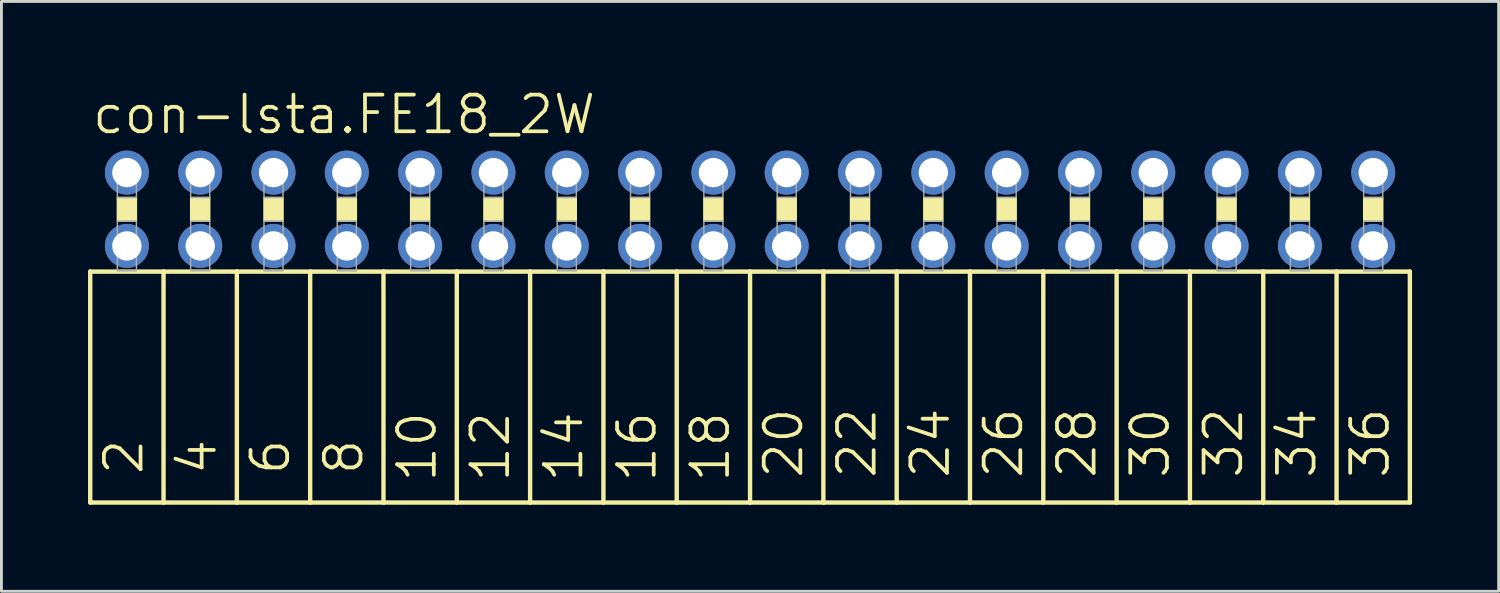
<source format=kicad_pcb>
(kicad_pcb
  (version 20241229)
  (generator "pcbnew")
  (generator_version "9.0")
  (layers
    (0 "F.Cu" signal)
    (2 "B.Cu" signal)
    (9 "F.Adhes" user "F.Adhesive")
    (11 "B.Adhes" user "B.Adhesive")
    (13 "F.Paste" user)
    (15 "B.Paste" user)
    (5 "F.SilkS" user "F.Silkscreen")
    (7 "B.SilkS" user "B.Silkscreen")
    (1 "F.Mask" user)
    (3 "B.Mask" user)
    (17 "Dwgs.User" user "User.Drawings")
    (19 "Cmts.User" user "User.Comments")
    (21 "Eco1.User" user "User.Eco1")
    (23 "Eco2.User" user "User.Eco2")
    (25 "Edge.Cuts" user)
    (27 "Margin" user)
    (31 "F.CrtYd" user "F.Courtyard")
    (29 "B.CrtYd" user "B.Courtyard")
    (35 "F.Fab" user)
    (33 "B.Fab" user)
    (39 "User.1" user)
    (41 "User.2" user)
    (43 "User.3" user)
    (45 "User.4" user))
  (footprint "con-lsta.FE18_2W"
    (layer "F.Cu")
    (at 22.936 4.2)
    (property "Reference" "con-lsta.FE18_2W" (at -22.86 -2.54 0) (layer "F.SilkS") (effects (font (size 1.27 1.27) (thickness 0.13)) (justify left bottom)))
    (attr through_hole)
    (fp_line (start -22.86 2.159) (end -22.86 10.16) (stroke (width 0.152) (type default)) (layer "F.SilkS"))
    (fp_line (start -22.86 2.159) (end -20.32 2.159) (stroke (width 0.152) (type default)) (layer "F.SilkS"))
    (fp_line (start -20.32 2.159) (end -20.32 10.16) (stroke (width 0.152) (type default)) (layer "F.SilkS"))
    (fp_line (start -20.32 2.159) (end -17.78 2.159) (stroke (width 0.152) (type default)) (layer "F.SilkS"))
    (fp_line (start -20.32 10.16) (end -22.86 10.16) (stroke (width 0.152) (type default)) (layer "F.SilkS"))
    (fp_line (start -17.78 2.159) (end -17.78 10.16) (stroke (width 0.152) (type default)) (layer "F.SilkS"))
    (fp_line (start -17.78 2.159) (end -15.24 2.159) (stroke (width 0.152) (type default)) (layer "F.SilkS"))
    (fp_line (start -17.78 10.16) (end -20.32 10.16) (stroke (width 0.152) (type default)) (layer "F.SilkS"))
    (fp_line (start -15.24 2.159) (end -15.24 10.16) (stroke (width 0.152) (type default)) (layer "F.SilkS"))
    (fp_line (start -15.24 10.16) (end -17.78 10.16) (stroke (width 0.152) (type default)) (layer "F.SilkS"))
    (fp_line (start -12.7 2.159) (end -15.24 2.159) (stroke (width 0.152) (type default)) (layer "F.SilkS"))
    (fp_line (start -12.7 2.159) (end -12.7 10.16) (stroke (width 0.152) (type default)) (layer "F.SilkS"))
    (fp_line (start -12.7 2.159) (end -10.16 2.159) (stroke (width 0.152) (type default)) (layer "F.SilkS"))
    (fp_line (start -12.7 10.16) (end -15.24 10.16) (stroke (width 0.152) (type default)) (layer "F.SilkS"))
    (fp_line (start -10.16 2.159) (end -10.16 10.16) (stroke (width 0.152) (type default)) (layer "F.SilkS"))
    (fp_line (start -10.16 2.159) (end -7.62 2.159) (stroke (width 0.152) (type default)) (layer "F.SilkS"))
    (fp_line (start -10.16 10.16) (end -12.7 10.16) (stroke (width 0.152) (type default)) (layer "F.SilkS"))
    (fp_line (start -7.62 2.159) (end -7.62 10.16) (stroke (width 0.152) (type default)) (layer "F.SilkS"))
    (fp_line (start -7.62 2.159) (end -5.08 2.159) (stroke (width 0.152) (type default)) (layer "F.SilkS"))
    (fp_line (start -7.62 10.16) (end -10.16 10.16) (stroke (width 0.152) (type default)) (layer "F.SilkS"))
    (fp_line (start -5.08 2.159) (end -5.08 10.16) (stroke (width 0.152) (type default)) (layer "F.SilkS"))
    (fp_line (start -5.08 2.159) (end -2.54 2.159) (stroke (width 0.152) (type default)) (layer "F.SilkS"))
    (fp_line (start -5.08 10.16) (end -7.62 10.16) (stroke (width 0.152) (type default)) (layer "F.SilkS"))
    (fp_line (start -2.54 2.159) (end -2.54 10.16) (stroke (width 0.152) (type default)) (layer "F.SilkS"))
    (fp_line (start -2.54 10.16) (end -5.08 10.16) (stroke (width 0.152) (type default)) (layer "F.SilkS"))
    (fp_line (start 0 2.159) (end -2.54 2.159) (stroke (width 0.152) (type default)) (layer "F.SilkS"))
    (fp_line (start 0 2.159) (end 0 10.16) (stroke (width 0.152) (type default)) (layer "F.SilkS"))
    (fp_line (start 0 2.159) (end 2.54 2.159) (stroke (width 0.152) (type default)) (layer "F.SilkS"))
    (fp_line (start 0 10.16) (end -2.54 10.16) (stroke (width 0.152) (type default)) (layer "F.SilkS"))
    (fp_line (start 2.54 2.159) (end 2.54 10.16) (stroke (width 0.152) (type default)) (layer "F.SilkS"))
    (fp_line (start 2.54 2.159) (end 5.08 2.159) (stroke (width 0.152) (type default)) (layer "F.SilkS"))
    (fp_line (start 2.54 10.16) (end 0 10.16) (stroke (width 0.152) (type default)) (layer "F.SilkS"))
    (fp_line (start 5.08 2.159) (end 5.08 10.16) (stroke (width 0.152) (type default)) (layer "F.SilkS"))
    (fp_line (start 5.08 2.159) (end 7.62 2.159) (stroke (width 0.152) (type default)) (layer "F.SilkS"))
    (fp_line (start 5.08 10.16) (end 2.54 10.16) (stroke (width 0.152) (type default)) (layer "F.SilkS"))
    (fp_line (start 7.62 2.159) (end 7.62 10.16) (stroke (width 0.152) (type default)) (layer "F.SilkS"))
    (fp_line (start 7.62 2.159) (end 10.16 2.159) (stroke (width 0.152) (type default)) (layer "F.SilkS"))
    (fp_line (start 7.62 10.16) (end 5.08 10.16) (stroke (width 0.152) (type default)) (layer "F.SilkS"))
    (fp_line (start 10.16 2.159) (end 10.16 10.16) (stroke (width 0.152) (type default)) (layer "F.SilkS"))
    (fp_line (start 10.16 10.16) (end 7.62 10.16) (stroke (width 0.152) (type default)) (layer "F.SilkS"))
    (fp_line (start 12.7 2.159) (end 10.16 2.159) (stroke (width 0.152) (type default)) (layer "F.SilkS"))
    (fp_line (start 12.7 2.159) (end 12.7 10.16) (stroke (width 0.152) (type default)) (layer "F.SilkS"))
    (fp_line (start 12.7 2.159) (end 15.24 2.159) (stroke (width 0.152) (type default)) (layer "F.SilkS"))
    (fp_line (start 12.7 10.16) (end 10.16 10.16) (stroke (width 0.152) (type default)) (layer "F.SilkS"))
    (fp_line (start 15.24 2.159) (end 15.24 10.16) (stroke (width 0.152) (type default)) (layer "F.SilkS"))
    (fp_line (start 15.24 2.159) (end 17.78 2.159) (stroke (width 0.152) (type default)) (layer "F.SilkS"))
    (fp_line (start 15.24 10.16) (end 12.7 10.16) (stroke (width 0.152) (type default)) (layer "F.SilkS"))
    (fp_line (start 17.78 2.159) (end 17.78 10.16) (stroke (width 0.152) (type default)) (layer "F.SilkS"))
    (fp_line (start 17.78 2.159) (end 20.32 2.159) (stroke (width 0.152) (type default)) (layer "F.SilkS"))
    (fp_line (start 17.78 10.16) (end 15.24 10.16) (stroke (width 0.152) (type default)) (layer "F.SilkS"))
    (fp_line (start 20.32 2.159) (end 20.32 10.16) (stroke (width 0.152) (type default)) (layer "F.SilkS"))
    (fp_line (start 20.32 2.159) (end 22.86 2.159) (stroke (width 0.152) (type default)) (layer "F.SilkS"))
    (fp_line (start 20.32 10.16) (end 17.78 10.16) (stroke (width 0.152) (type default)) (layer "F.SilkS"))
    (fp_line (start 22.86 2.159) (end 22.86 10.16) (stroke (width 0.152) (type default)) (layer "F.SilkS"))
    (fp_line (start 22.86 10.16) (end 20.32 10.16) (stroke (width 0.152) (type default)) (layer "F.SilkS"))
    (fp_rect (start -21.92 0.406) (end -21.26 -0.406) (stroke (width 0.05) (type default)) (fill yes) (layer "F.SilkS"))
    (fp_rect (start -19.38 0.406) (end -18.72 -0.406) (stroke (width 0.05) (type default)) (fill yes) (layer "F.SilkS"))
    (fp_rect (start -16.84 0.406) (end -16.18 -0.406) (stroke (width 0.05) (type default)) (fill yes) (layer "F.SilkS"))
    (fp_rect (start -14.3 0.406) (end -13.64 -0.406) (stroke (width 0.05) (type default)) (fill yes) (layer "F.SilkS"))
    (fp_rect (start -11.76 0.406) (end -11.1 -0.406) (stroke (width 0.05) (type default)) (fill yes) (layer "F.SilkS"))
    (fp_rect (start -9.22 0.406) (end -8.56 -0.406) (stroke (width 0.05) (type default)) (fill yes) (layer "F.SilkS"))
    (fp_rect (start -6.68 0.406) (end -6.02 -0.406) (stroke (width 0.05) (type default)) (fill yes) (layer "F.SilkS"))
    (fp_rect (start -4.14 0.406) (end -3.48 -0.406) (stroke (width 0.05) (type default)) (fill yes) (layer "F.SilkS"))
    (fp_rect (start -1.6 0.406) (end -0.94 -0.406) (stroke (width 0.05) (type default)) (fill yes) (layer "F.SilkS"))
    (fp_rect (start 0.94 0.406) (end 1.6 -0.406) (stroke (width 0.05) (type default)) (fill yes) (layer "F.SilkS"))
    (fp_rect (start 3.48 0.406) (end 4.14 -0.406) (stroke (width 0.05) (type default)) (fill yes) (layer "F.SilkS"))
    (fp_rect (start 6.02 0.406) (end 6.68 -0.406) (stroke (width 0.05) (type default)) (fill yes) (layer "F.SilkS"))
    (fp_rect (start 8.56 0.406) (end 9.22 -0.406) (stroke (width 0.05) (type default)) (fill yes) (layer "F.SilkS"))
    (fp_rect (start 11.1 0.406) (end 11.76 -0.406) (stroke (width 0.05) (type default)) (fill yes) (layer "F.SilkS"))
    (fp_rect (start 13.64 0.406) (end 14.3 -0.406) (stroke (width 0.05) (type default)) (fill yes) (layer "F.SilkS"))
    (fp_rect (start 16.18 0.406) (end 16.84 -0.406) (stroke (width 0.05) (type default)) (fill yes) (layer "F.SilkS"))
    (fp_rect (start 18.72 0.406) (end 19.38 -0.406) (stroke (width 0.05) (type default)) (fill yes) (layer "F.SilkS"))
    (fp_rect (start 21.26 0.406) (end 21.92 -0.406) (stroke (width 0.05) (type default)) (fill yes) (layer "F.SilkS"))
    (fp_rect (start -21.92 -0.406) (end -21.26 -1.575) (stroke (width 0.05) (type default)) (fill no) (layer "F.Fab"))
    (fp_rect (start -21.92 2.134) (end -21.26 0.406) (stroke (width 0.05) (type default)) (fill no) (layer "F.Fab"))
    (fp_rect (start -19.38 -0.406) (end -18.72 -1.575) (stroke (width 0.05) (type default)) (fill no) (layer "F.Fab"))
    (fp_rect (start -19.38 2.134) (end -18.72 0.406) (stroke (width 0.05) (type default)) (fill no) (layer "F.Fab"))
    (fp_rect (start -16.84 -0.406) (end -16.18 -1.575) (stroke (width 0.05) (type default)) (fill no) (layer "F.Fab"))
    (fp_rect (start -16.84 2.134) (end -16.18 0.406) (stroke (width 0.05) (type default)) (fill no) (layer "F.Fab"))
    (fp_rect (start -14.3 -0.406) (end -13.64 -1.575) (stroke (width 0.05) (type default)) (fill no) (layer "F.Fab"))
    (fp_rect (start -14.3 2.134) (end -13.64 0.406) (stroke (width 0.05) (type default)) (fill no) (layer "F.Fab"))
    (fp_rect (start -11.76 -0.406) (end -11.1 -1.575) (stroke (width 0.05) (type default)) (fill no) (layer "F.Fab"))
    (fp_rect (start -11.76 2.134) (end -11.1 0.406) (stroke (width 0.05) (type default)) (fill no) (layer "F.Fab"))
    (fp_rect (start -9.22 -0.406) (end -8.56 -1.575) (stroke (width 0.05) (type default)) (fill no) (layer "F.Fab"))
    (fp_rect (start -9.22 2.134) (end -8.56 0.406) (stroke (width 0.05) (type default)) (fill no) (layer "F.Fab"))
    (fp_rect (start -6.68 -0.406) (end -6.02 -1.575) (stroke (width 0.05) (type default)) (fill no) (layer "F.Fab"))
    (fp_rect (start -6.68 2.134) (end -6.02 0.406) (stroke (width 0.05) (type default)) (fill no) (layer "F.Fab"))
    (fp_rect (start -4.14 -0.406) (end -3.48 -1.575) (stroke (width 0.05) (type default)) (fill no) (layer "F.Fab"))
    (fp_rect (start -4.14 2.134) (end -3.48 0.406) (stroke (width 0.05) (type default)) (fill no) (layer "F.Fab"))
    (fp_rect (start -1.6 -0.406) (end -0.94 -1.575) (stroke (width 0.05) (type default)) (fill no) (layer "F.Fab"))
    (fp_rect (start -1.6 2.134) (end -0.94 0.406) (stroke (width 0.05) (type default)) (fill no) (layer "F.Fab"))
    (fp_rect (start 0.94 -0.406) (end 1.6 -1.575) (stroke (width 0.05) (type default)) (fill no) (layer "F.Fab"))
    (fp_rect (start 0.94 2.134) (end 1.6 0.406) (stroke (width 0.05) (type default)) (fill no) (layer "F.Fab"))
    (fp_rect (start 3.48 -0.406) (end 4.14 -1.575) (stroke (width 0.05) (type default)) (fill no) (layer "F.Fab"))
    (fp_rect (start 3.48 2.134) (end 4.14 0.406) (stroke (width 0.05) (type default)) (fill no) (layer "F.Fab"))
    (fp_rect (start 6.02 -0.406) (end 6.68 -1.575) (stroke (width 0.05) (type default)) (fill no) (layer "F.Fab"))
    (fp_rect (start 6.02 2.134) (end 6.68 0.406) (stroke (width 0.05) (type default)) (fill no) (layer "F.Fab"))
    (fp_rect (start 8.56 -0.406) (end 9.22 -1.575) (stroke (width 0.05) (type default)) (fill no) (layer "F.Fab"))
    (fp_rect (start 8.56 2.134) (end 9.22 0.406) (stroke (width 0.05) (type default)) (fill no) (layer "F.Fab"))
    (fp_rect (start 11.1 -0.406) (end 11.76 -1.575) (stroke (width 0.05) (type default)) (fill no) (layer "F.Fab"))
    (fp_rect (start 11.1 2.134) (end 11.76 0.406) (stroke (width 0.05) (type default)) (fill no) (layer "F.Fab"))
    (fp_rect (start 13.64 -0.406) (end 14.3 -1.575) (stroke (width 0.05) (type default)) (fill no) (layer "F.Fab"))
    (fp_rect (start 13.64 2.134) (end 14.3 0.406) (stroke (width 0.05) (type default)) (fill no) (layer "F.Fab"))
    (fp_rect (start 16.18 -0.406) (end 16.84 -1.575) (stroke (width 0.05) (type default)) (fill no) (layer "F.Fab"))
    (fp_rect (start 16.18 2.134) (end 16.84 0.406) (stroke (width 0.05) (type default)) (fill no) (layer "F.Fab"))
    (fp_rect (start 18.72 -0.406) (end 19.38 -1.575) (stroke (width 0.05) (type default)) (fill no) (layer "F.Fab"))
    (fp_rect (start 18.72 2.134) (end 19.38 0.406) (stroke (width 0.05) (type default)) (fill no) (layer "F.Fab"))
    (fp_rect (start 21.26 -0.406) (end 21.92 -1.575) (stroke (width 0.05) (type default)) (fill no) (layer "F.Fab"))
    (fp_rect (start 21.26 2.134) (end 21.92 0.406) (stroke (width 0.05) (type default)) (fill no) (layer "F.Fab"))
    (fp_text user "22" (at 4.445 9.398 90) (layer "F.SilkS") (effects (font (size 1.27 1.27) (thickness 0.13)) (justify left bottom)))
    (fp_text user "24" (at 6.985 9.398 90) (layer "F.SilkS") (effects (font (size 1.27 1.27) (thickness 0.13)) (justify left bottom)))
    (fp_text user "4" (at -18.415 9.271 90) (layer "F.SilkS") (effects (font (size 1.27 1.27) (thickness 0.13)) (justify left bottom)))
    (fp_text user "20" (at 1.905 9.398 90) (layer "F.SilkS") (effects (font (size 1.27 1.27) (thickness 0.13)) (justify left bottom)))
    (fp_text user "8" (at -13.335 9.271 90) (layer "F.SilkS") (effects (font (size 1.27 1.27) (thickness 0.13)) (justify left bottom)))
    (fp_text user "26" (at 9.525 9.398 90) (layer "F.SilkS") (effects (font (size 1.27 1.27) (thickness 0.13)) (justify left bottom)))
    (fp_text user "14" (at -5.715 9.525 90) (layer "F.SilkS") (effects (font (size 1.27 1.27) (thickness 0.13)) (justify left bottom)))
    (fp_text user "30" (at 14.605 9.398 90) (layer "F.SilkS") (effects (font (size 1.27 1.27) (thickness 0.13)) (justify left bottom)))
    (fp_text user "36" (at 22.225 9.398 90) (layer "F.SilkS") (effects (font (size 1.27 1.27) (thickness 0.13)) (justify left bottom)))
    (fp_text user "18" (at -0.635 9.525 90) (layer "F.SilkS") (effects (font (size 1.27 1.27) (thickness 0.13)) (justify left bottom)))
    (fp_text user "16" (at -3.175 9.525 90) (layer "F.SilkS") (effects (font (size 1.27 1.27) (thickness 0.13)) (justify left bottom)))
    (fp_text user "6" (at -15.875 9.271 90) (layer "F.SilkS") (effects (font (size 1.27 1.27) (thickness 0.13)) (justify left bottom)))
    (fp_text user "32" (at 17.145 9.398 90) (layer "F.SilkS") (effects (font (size 1.27 1.27) (thickness 0.13)) (justify left bottom)))
    (fp_text user "2" (at -20.955 9.271 90) (layer "F.SilkS") (effects (font (size 1.27 1.27) (thickness 0.13)) (justify left bottom)))
    (fp_text user "28" (at 12.065 9.398 90) (layer "F.SilkS") (effects (font (size 1.27 1.27) (thickness 0.13)) (justify left bottom)))
    (fp_text user "10" (at -10.795 9.525 90) (layer "F.SilkS") (effects (font (size 1.27 1.27) (thickness 0.13)) (justify left bottom)))
    (fp_text user "34" (at 19.685 9.398 90) (layer "F.SilkS") (effects (font (size 1.27 1.27) (thickness 0.13)) (justify left bottom)))
    (fp_text user "12" (at -8.255 9.525 90) (layer "F.SilkS") (effects (font (size 1.27 1.27) (thickness 0.13)) (justify left bottom)))
    (pad "1" thru_hole circle (at -21.59 -1.27) (size 1.524 1.524) (drill 1.016) (layers "*.Cu" "*.Mask"))
    (pad "2" thru_hole circle (at -21.59 1.27) (size 1.524 1.524) (drill 1.016) (layers "*.Cu" "*.Mask"))
    (pad "3" thru_hole circle (at -19.05 -1.27) (size 1.524 1.524) (drill 1.016) (layers "*.Cu" "*.Mask"))
    (pad "4" thru_hole circle (at -19.05 1.27) (size 1.524 1.524) (drill 1.016) (layers "*.Cu" "*.Mask"))
    (pad "5" thru_hole circle (at -16.51 -1.27) (size 1.524 1.524) (drill 1.016) (layers "*.Cu" "*.Mask"))
    (pad "6" thru_hole circle (at -16.51 1.27) (size 1.524 1.524) (drill 1.016) (layers "*.Cu" "*.Mask"))
    (pad "7" thru_hole circle (at -13.97 -1.27) (size 1.524 1.524) (drill 1.016) (layers "*.Cu" "*.Mask"))
    (pad "8" thru_hole circle (at -13.97 1.27) (size 1.524 1.524) (drill 1.016) (layers "*.Cu" "*.Mask"))
    (pad "9" thru_hole circle (at -11.43 -1.27) (size 1.524 1.524) (drill 1.016) (layers "*.Cu" "*.Mask"))
    (pad "10" thru_hole circle (at -11.43 1.27) (size 1.524 1.524) (drill 1.016) (layers "*.Cu" "*.Mask"))
    (pad "11" thru_hole circle (at -8.89 -1.27) (size 1.524 1.524) (drill 1.016) (layers "*.Cu" "*.Mask"))
    (pad "12" thru_hole circle (at -8.89 1.27) (size 1.524 1.524) (drill 1.016) (layers "*.Cu" "*.Mask"))
    (pad "13" thru_hole circle (at -6.35 -1.27) (size 1.524 1.524) (drill 1.016) (layers "*.Cu" "*.Mask"))
    (pad "14" thru_hole circle (at -6.35 1.27) (size 1.524 1.524) (drill 1.016) (layers "*.Cu" "*.Mask"))
    (pad "15" thru_hole circle (at -3.81 -1.27) (size 1.524 1.524) (drill 1.016) (layers "*.Cu" "*.Mask"))
    (pad "16" thru_hole circle (at -3.81 1.27) (size 1.524 1.524) (drill 1.016) (layers "*.Cu" "*.Mask"))
    (pad "17" thru_hole circle (at -1.27 -1.27) (size 1.524 1.524) (drill 1.016) (layers "*.Cu" "*.Mask"))
    (pad "18" thru_hole circle (at -1.27 1.27) (size 1.524 1.524) (drill 1.016) (layers "*.Cu" "*.Mask"))
    (pad "19" thru_hole circle (at 1.27 -1.27) (size 1.524 1.524) (drill 1.016) (layers "*.Cu" "*.Mask"))
    (pad "20" thru_hole circle (at 1.27 1.27) (size 1.524 1.524) (drill 1.016) (layers "*.Cu" "*.Mask"))
    (pad "21" thru_hole circle (at 3.81 -1.27) (size 1.524 1.524) (drill 1.016) (layers "*.Cu" "*.Mask"))
    (pad "22" thru_hole circle (at 3.81 1.27) (size 1.524 1.524) (drill 1.016) (layers "*.Cu" "*.Mask"))
    (pad "23" thru_hole circle (at 6.35 -1.27) (size 1.524 1.524) (drill 1.016) (layers "*.Cu" "*.Mask"))
    (pad "24" thru_hole circle (at 6.35 1.27) (size 1.524 1.524) (drill 1.016) (layers "*.Cu" "*.Mask"))
    (pad "25" thru_hole circle (at 8.89 -1.27) (size 1.524 1.524) (drill 1.016) (layers "*.Cu" "*.Mask"))
    (pad "26" thru_hole circle (at 8.89 1.27) (size 1.524 1.524) (drill 1.016) (layers "*.Cu" "*.Mask"))
    (pad "27" thru_hole circle (at 11.43 -1.27) (size 1.524 1.524) (drill 1.016) (layers "*.Cu" "*.Mask"))
    (pad "28" thru_hole circle (at 11.43 1.27) (size 1.524 1.524) (drill 1.016) (layers "*.Cu" "*.Mask"))
    (pad "29" thru_hole circle (at 13.97 -1.27) (size 1.524 1.524) (drill 1.016) (layers "*.Cu" "*.Mask"))
    (pad "30" thru_hole circle (at 13.97 1.27) (size 1.524 1.524) (drill 1.016) (layers "*.Cu" "*.Mask"))
    (pad "31" thru_hole circle (at 16.51 -1.27) (size 1.524 1.524) (drill 1.016) (layers "*.Cu" "*.Mask"))
    (pad "32" thru_hole circle (at 16.51 1.27) (size 1.524 1.524) (drill 1.016) (layers "*.Cu" "*.Mask"))
    (pad "33" thru_hole circle (at 19.05 -1.27) (size 1.524 1.524) (drill 1.016) (layers "*.Cu" "*.Mask"))
    (pad "34" thru_hole circle (at 19.05 1.27) (size 1.524 1.524) (drill 1.016) (layers "*.Cu" "*.Mask"))
    (pad "35" thru_hole circle (at 21.59 -1.27 180) (size 1.524 1.524) (drill 1.016) (layers "*.Cu" "*.Mask"))
    (pad "36" thru_hole circle (at 21.59 1.27 180) (size 1.524 1.524) (drill 1.016) (layers "*.Cu" "*.Mask")))
  (gr_rect
    (start -3 -3)
    (end 48.872 17.436)
    (stroke (width 0.1) (type default))
    (fill no)
    (layer "Edge.Cuts")))
</source>
